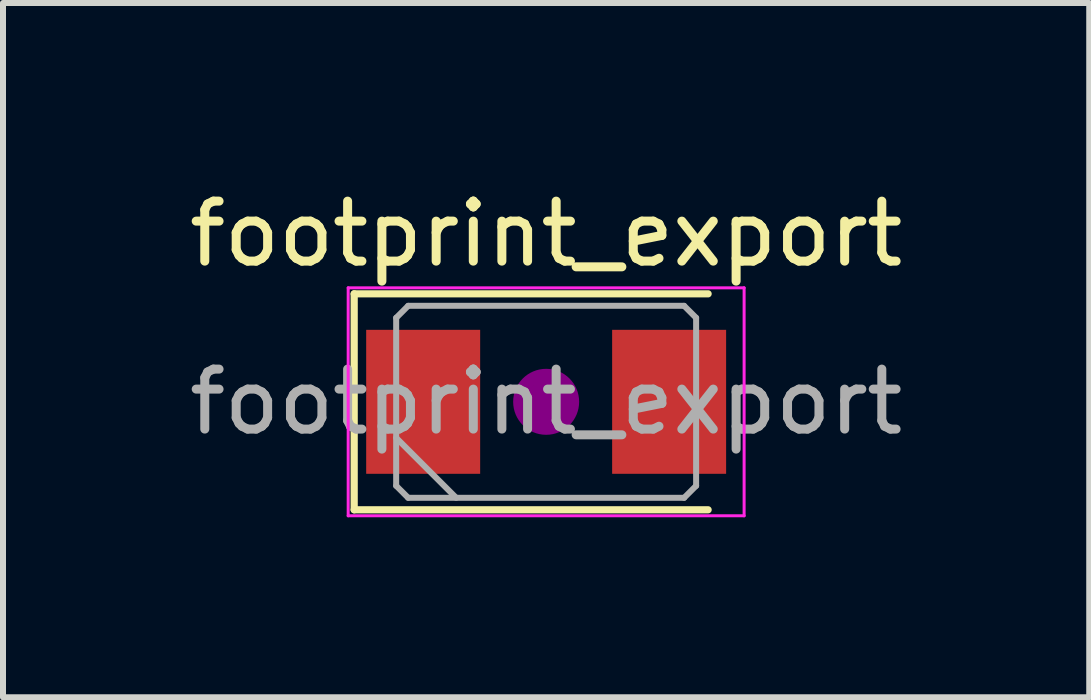
<source format=kicad_pcb>
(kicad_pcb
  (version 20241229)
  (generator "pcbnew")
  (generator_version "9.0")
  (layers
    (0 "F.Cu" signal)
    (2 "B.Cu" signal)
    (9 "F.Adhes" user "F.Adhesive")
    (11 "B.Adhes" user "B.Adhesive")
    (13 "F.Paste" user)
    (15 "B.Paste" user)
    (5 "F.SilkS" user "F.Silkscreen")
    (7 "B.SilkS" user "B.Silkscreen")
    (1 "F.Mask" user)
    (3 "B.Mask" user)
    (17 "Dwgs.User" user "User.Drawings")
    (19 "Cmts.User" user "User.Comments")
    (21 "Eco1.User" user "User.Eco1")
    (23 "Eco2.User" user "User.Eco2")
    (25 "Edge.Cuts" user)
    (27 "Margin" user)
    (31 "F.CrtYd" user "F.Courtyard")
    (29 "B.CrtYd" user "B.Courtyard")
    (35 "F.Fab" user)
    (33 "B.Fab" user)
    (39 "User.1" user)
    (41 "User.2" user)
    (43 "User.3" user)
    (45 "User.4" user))
  (footprint "footprint_export"
    (layer "F.Cu")
    (at 6.054 3.648)
    (property "Reference" "footprint_export" (at 0 -2.8 0) (layer "F.SilkS") (effects (font (size 1 1) (thickness 0.15))))
    (attr smd)
    (fp_line (start -3.2 -1.8) (end -3.2 1.8) (stroke (width 0.12) (type solid)) (layer "F.SilkS"))
    (fp_line (start -3.2 1.8) (end 2.7 1.8) (stroke (width 0.12) (type solid)) (layer "F.SilkS"))
    (fp_line (start 2.7 -1.8) (end -3.2 -1.8) (stroke (width 0.12) (type solid)) (layer "F.SilkS"))
    (fp_circle (center 0 0) (end 0.117 0) (stroke (width 0.233) (type solid)) (fill no) (layer "F.Adhes"))
    (fp_circle (center 0 0) (end 0.267 0) (stroke (width 0.167) (type solid)) (fill no) (layer "F.Adhes"))
    (fp_circle (center 0 0) (end 0.417 0) (stroke (width 0.167) (type solid)) (fill no) (layer "F.Adhes"))
    (fp_circle (center 0 0) (end 0.5 0) (stroke (width 0.1) (type solid)) (fill no) (layer "F.Adhes"))
    (fp_line (start -3.3 -1.9) (end -3.3 1.9) (stroke (width 0.05) (type solid)) (layer "F.CrtYd"))
    (fp_line (start -3.3 1.9) (end 3.3 1.9) (stroke (width 0.05) (type solid)) (layer "F.CrtYd"))
    (fp_line (start 3.3 -1.9) (end -3.3 -1.9) (stroke (width 0.05) (type solid)) (layer "F.CrtYd"))
    (fp_line (start 3.3 1.9) (end 3.3 -1.9) (stroke (width 0.05) (type solid)) (layer "F.CrtYd"))
    (fp_line (start -2.5 -1.4) (end -2.3 -1.6) (stroke (width 0.1) (type solid)) (layer "F.Fab"))
    (fp_line (start -2.5 0.6) (end -1.5 1.6) (stroke (width 0.1) (type solid)) (layer "F.Fab"))
    (fp_line (start -2.5 1.4) (end -2.5 -1.4) (stroke (width 0.1) (type solid)) (layer "F.Fab"))
    (fp_line (start -2.3 -1.6) (end 2.3 -1.6) (stroke (width 0.1) (type solid)) (layer "F.Fab"))
    (fp_line (start -2.3 1.6) (end -2.5 1.4) (stroke (width 0.1) (type solid)) (layer "F.Fab"))
    (fp_line (start 2.3 -1.6) (end 2.5 -1.4) (stroke (width 0.1) (type solid)) (layer "F.Fab"))
    (fp_line (start 2.3 1.6) (end -2.3 1.6) (stroke (width 0.1) (type solid)) (layer "F.Fab"))
    (fp_line (start 2.5 -1.4) (end 2.5 1.4) (stroke (width 0.1) (type solid)) (layer "F.Fab"))
    (fp_line (start 2.5 1.4) (end 2.3 1.6) (stroke (width 0.1) (type solid)) (layer "F.Fab"))
    (fp_text user "${REFERENCE}" (at 0 0 0) (layer "F.Fab") (effects (font (size 1 1) (thickness 0.15))))
    (pad "1" smd rect (at -2.05 0) (size 1.9 2.4) (layers "F.Cu" "F.Mask" "F.Paste"))
    (pad "2" smd rect (at 2.05 0) (size 1.9 2.4) (layers "F.Cu" "F.Mask" "F.Paste")))
  (gr_rect
    (start -3 -3)
    (end 15.107 8.573)
    (stroke (width 0.1) (type default))
    (fill no)
    (layer "Edge.Cuts")))
</source>
